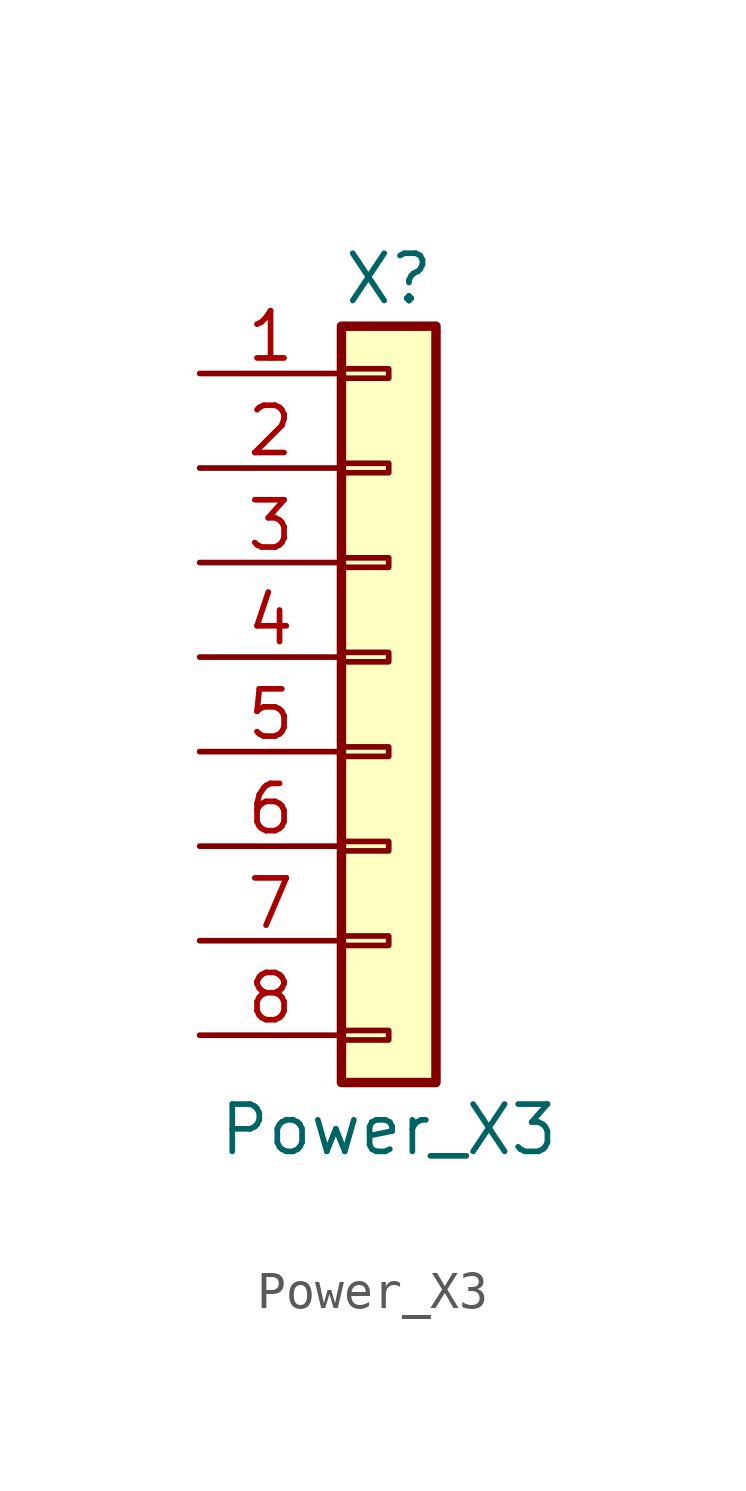
<source format=kicad_sym>
(kicad_symbol_lib
  (version 20211014)
  (generator kicad_symbol_editor)
  (symbol "Power_X3"
    (pin_names
      (offset 1.016) hide)
    (property "Reference" "X"
      (at 0 10.16 0)
      (effects (font (size 1.27 1.27))))
    (property "Value" "Power_X3"
      (at 0 -12.7 0)
      (effects (font (size 1.27 1.27))))
    (symbol "Power_X3_1_1"
      (rectangle (start -1.27 -10.033) (end 0 -10.287) (stroke (width 0.152) (type default) (color 0 0 0 0)) (fill (type none)))
      (rectangle (start -1.27 -7.493) (end 0 -7.747) (stroke (width 0.152) (type default) (color 0 0 0 0)) (fill (type none)))
      (rectangle (start -1.27 -4.953) (end 0 -5.207) (stroke (width 0.152) (type default) (color 0 0 0 0)) (fill (type none)))
      (rectangle (start -1.27 -2.413) (end 0 -2.667) (stroke (width 0.152) (type default) (color 0 0 0 0)) (fill (type none)))
      (rectangle (start -1.27 0.127) (end 0 -0.127) (stroke (width 0.152) (type default) (color 0 0 0 0)) (fill (type none)))
      (rectangle (start -1.27 2.667) (end 0 2.413) (stroke (width 0.152) (type default) (color 0 0 0 0)) (fill (type none)))
      (rectangle (start -1.27 5.207) (end 0 4.953) (stroke (width 0.152) (type default) (color 0 0 0 0)) (fill (type none)))
      (rectangle (start -1.27 7.747) (end 0 7.493) (stroke (width 0.152) (type default) (color 0 0 0 0)) (fill (type none)))
      (rectangle (start -1.27 8.89) (end 1.27 -11.43) (stroke (width 0.254) (type default) (color 0 0 0 0)) (fill (type background)))
      (pin power_in line (at -5.08 7.62 0) (length 3.81) (name "GND" (effects (font (size 1.27 1.27)))) (number "1" (effects (font (size 1.27 1.27)))))
      (pin power_in line (at -5.08 5.08 0) (length 3.81) (name "GND" (effects (font (size 1.27 1.27)))) (number "2" (effects (font (size 1.27 1.27)))))
      (pin power_in line (at -5.08 2.54 0) (length 3.81) (name "GND" (effects (font (size 1.27 1.27)))) (number "3" (effects (font (size 1.27 1.27)))))
      (pin power_in line (at -5.08 0 0) (length 3.81) (name "GND" (effects (font (size 1.27 1.27)))) (number "4" (effects (font (size 1.27 1.27)))))
      (pin power_in line (at -5.08 -2.54 0) (length 3.81) (name "+5V" (effects (font (size 1.27 1.27)))) (number "5" (effects (font (size 1.27 1.27)))))
      (pin power_in line (at -5.08 -5.08 0) (length 3.81) (name "+5V" (effects (font (size 1.27 1.27)))) (number "6" (effects (font (size 1.27 1.27)))))
      (pin power_in line (at -5.08 -7.62 0) (length 3.81) (name "+5V" (effects (font (size 1.27 1.27)))) (number "7" (effects (font (size 1.27 1.27)))))
      (pin power_in line (at -5.08 -10.16 0) (length 3.81) (name "+5V" (effects (font (size 1.27 1.27)))) (number "8" (effects (font (size 1.27 1.27))))))))
</source>
